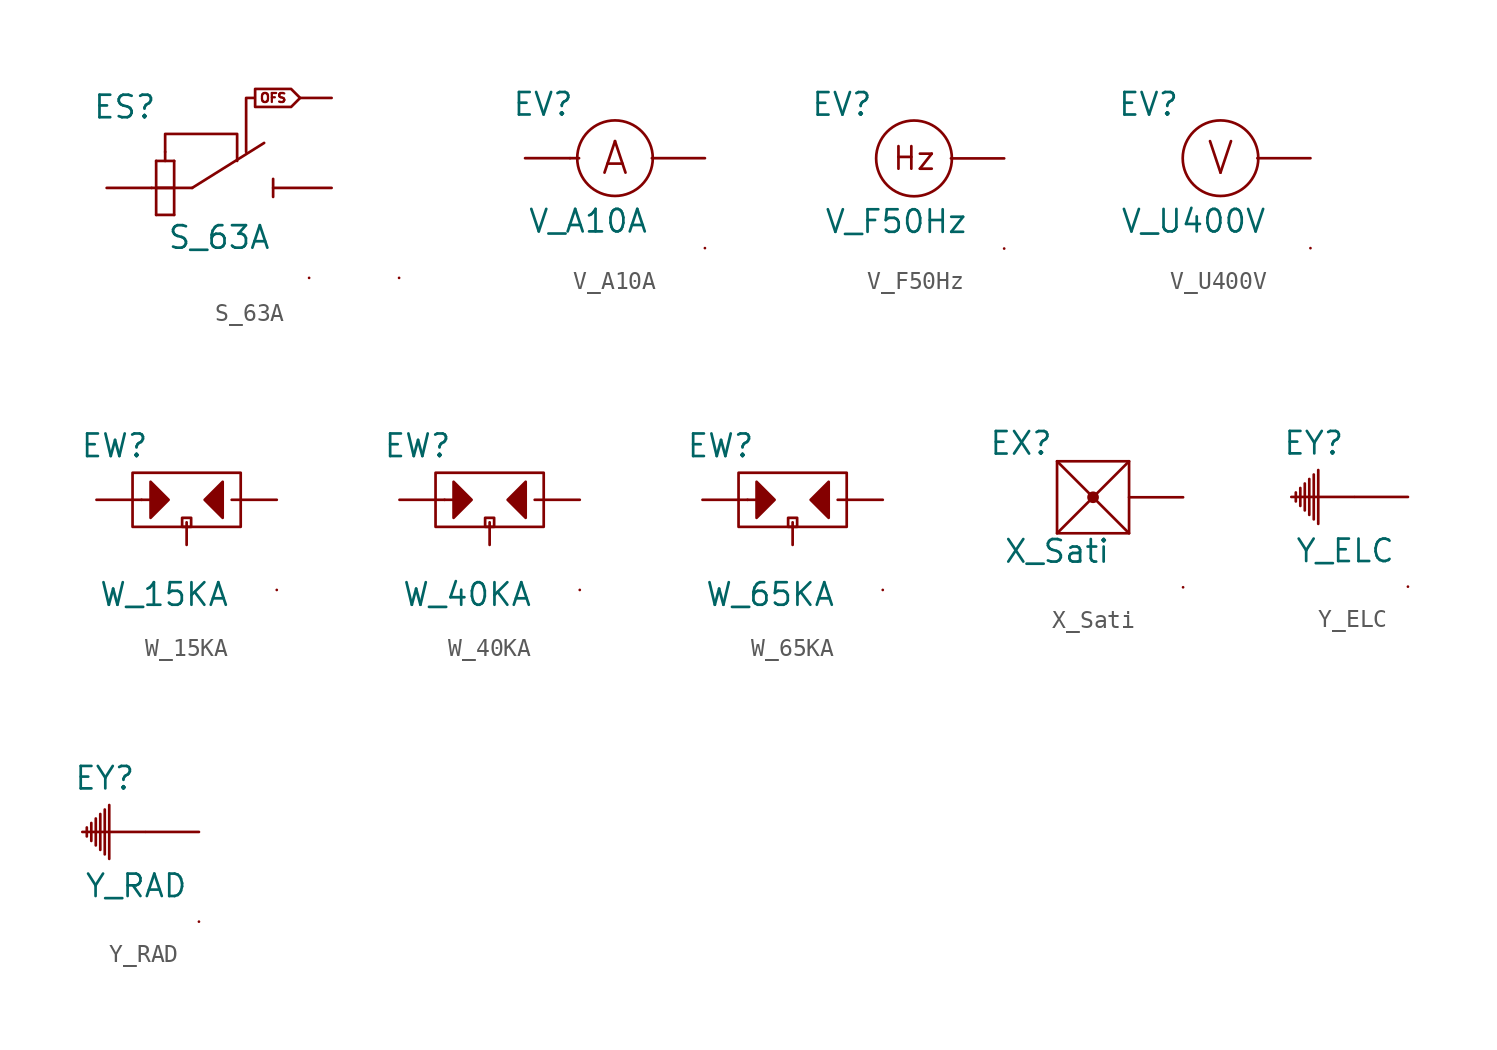
<source format=kicad_sym>
(kicad_symbol_lib
  (version 20201005)
  (generator kicad_symbol_editor)
  (symbol "elec-unifil:S_63A"
    (pin_numbers hide)
    (pin_names
      (offset 0.254))
    (property "Reference" "ES"
      (at -5.334 4.572 0)
      (effects (font (size 1.27 1.27))))
    (property "Value" "S_63A"
      (at 0 -2.794 0)
      (effects (font (size 1.27 1.27))))
    (symbol "S_63A_0_0"
      (text "OFS" (at 3.048 5.08 0) (effects (font (size 0.508 0.508))))
      (polyline (pts (xy 3.048 0.508) (xy 3.048 -0.508) (xy 3.048 -0.508)) (stroke (width 0)) (fill (type none)))
      (polyline (pts (xy -3.81 0) (xy -2.54 0) (xy -2.54 0)) (stroke (width 0)) (fill (type none)))
      (polyline (pts (xy 5.08 -5.08) (xy 5.08 -5.08)) (stroke (width 0)) (fill (type none)))
      (polyline (pts (xy 10.16 -5.08) (xy 10.16 -5.08)) (stroke (width 0)) (fill (type none))))
    (symbol "S_63A_0_1"
      (polyline (pts (xy -3.556 0) (xy -1.524 0) (xy -1.524 0)) (stroke (width 0)) (fill (type none)))
      (polyline (pts (xy -1.524 0) (xy 2.54 2.54) (xy 2.54 2.54)) (stroke (width 0)) (fill (type none)))
      (polyline (pts (xy 1.524 2.032) (xy 1.524 5.08) (xy 2.032 5.08) (xy 2.032 5.588) (xy 4.064 5.588) (xy 4.572 5.08) (xy 4.064 4.572) (xy 2.032 4.572) (xy 2.032 5.08) (xy 2.032 5.08)) (stroke (width 0)) (fill (type none)))
      (polyline (pts (xy -3.048 2.032) (xy -3.048 3.048) (xy 1.016 3.048) (xy 1.016 1.524) (xy 1.016 1.524) (xy 1.016 1.524)) (stroke (width 0)) (fill (type none)))
      (polyline (pts (xy -3.048 1.524) (xy -3.048 2.032) (xy -3.048 2.032)) (stroke (width 0)) (fill (type none)))
      (polyline (pts (xy -3.556 1.524) (xy -3.556 -1.524) (xy -3.556 -1.524)) (stroke (width 0)) (fill (type none)))
      (polyline (pts (xy -3.556 1.524) (xy -2.54 1.524) (xy -2.54 1.524)) (stroke (width 0)) (fill (type none)))
      (polyline (pts (xy -2.54 1.524) (xy -2.54 -1.524) (xy -2.54 -1.016) (xy -2.54 -1.016) (xy -2.54 -1.016)) (stroke (width 0)) (fill (type none)))
      (polyline (pts (xy -3.556 -1.524) (xy -2.54 -1.524) (xy -2.54 -1.524) (xy -2.54 -1.524) (xy -2.54 -1.524)) (stroke (width 0)) (fill (type none))))
    (symbol "S_63A_1_1"
      (pin power_in line (at 6.35 0 180) (length 3.302) (name "~" (effects (font (size 1.016 1.016)))) (number "1" (effects (font (size 0.254 0.254)))))
      (pin power_out line (at -6.35 0 0) (length 2.54) (name "~" (effects (font (size 1.016 1.016)))) (number "2" (effects (font (size 0.254 0.254)))))
      (pin output line (at 6.35 5.08 180) (length 1.778) (name "~" (effects (font (size 0.254 0.254)))) (number "3" (effects (font (size 0.254 0.254)))))))
  (symbol "elec-unifil:V_A10A"
    (pin_numbers hide)
    (pin_names
      (offset 0.254))
    (property "Reference" "EV"
      (at -4.064 3.048 0)
      (effects (font (size 1.27 1.27))))
    (property "Value" "V_A10A"
      (at -1.524 -3.556 0)
      (effects (font (size 1.27 1.27))))
    (symbol "V_A10A_0_1"
      (circle (center 0 0) (radius 2.134) (stroke (width 0)) (fill (type none)))
      (polyline (pts (xy -2.54 0) (xy -2.032 0) (xy -2.032 0)) (stroke (width 0)) (fill (type none))))
    (symbol "V_A10A_0_0"
      (text "A" (at 0 0 0) (effects (font (size 1.778 1.778))))
      (polyline (pts (xy 5.08 -5.08) (xy 5.08 -5.08)) (stroke (width 0)) (fill (type none))))
    (symbol "V_A10A_1_1"
      (pin passive line (at 5.08 0 180) (length 2.997) (name "~" (effects (font (size 1.016 1.016)))) (number "2" (effects (font (size 0.254 0.254)))))
      (pin passive line (at -5.08 0 0) (length 2.54) (name "~" (effects (font (size 1.016 1.016)))) (number "1" (effects (font (size 0.254 0.254)))))))
  (symbol "elec-unifil:V_F50Hz"
    (pin_numbers hide)
    (pin_names
      (offset 0.254))
    (property "Reference" "EV"
      (at -4.064 3.048 0)
      (effects (font (size 1.27 1.27))))
    (property "Value" "V_F50Hz"
      (at -1.016 -3.556 0)
      (effects (font (size 1.27 1.27))))
    (symbol "V_F50Hz_0_1"
      (circle (center 0 0) (radius 2.134) (stroke (width 0)) (fill (type none))))
    (symbol "V_F50Hz_0_0"
      (text "Hz" (at 0 0 0) (effects (font (size 1.27 1.27))))
      (polyline (pts (xy 5.08 -5.08) (xy 5.08 -5.08)) (stroke (width 0)) (fill (type none))))
    (symbol "V_F50Hz_1_1"
      (pin passive line (at 5.08 0 180) (length 2.997) (name "~" (effects (font (size 1.016 1.016)))) (number "1" (effects (font (size 0.254 0.254)))))))
  (symbol "elec-unifil:V_U400V"
    (pin_numbers hide)
    (pin_names
      (offset 0.254))
    (property "Reference" "EV"
      (at -4.064 3.048 0)
      (effects (font (size 1.27 1.27))))
    (property "Value" "V_U400V"
      (at -1.524 -3.556 0)
      (effects (font (size 1.27 1.27))))
    (symbol "V_U400V_0_1"
      (circle (center 0 0) (radius 2.134) (stroke (width 0)) (fill (type none))))
    (symbol "V_U400V_0_0"
      (text "V" (at 0 0 0) (effects (font (size 1.778 1.778))))
      (polyline (pts (xy 5.08 -5.08) (xy 5.08 -5.08)) (stroke (width 0)) (fill (type none))))
    (symbol "V_U400V_1_1"
      (pin passive line (at 5.08 0 180) (length 2.997) (name "~" (effects (font (size 1.016 1.016)))) (number "1" (effects (font (size 0.254 0.254)))))))
  (symbol "elec-unifil:W_15KA"
    (pin_numbers hide)
    (pin_names
      (offset 0.254))
    (property "Reference" "EW"
      (at -4.064 3.048 0)
      (effects (font (size 1.27 1.27))))
    (property "Value" "W_15KA"
      (at -1.27 -5.334 0)
      (effects (font (size 1.27 1.27))))
    (symbol "W_15KA_0_1"
      (rectangle (start -0.254 -1.016) (end 0.254 -1.524) (stroke (width 0)) (fill (type none)))
      (rectangle (start -3.048 1.524) (end 3.048 -1.524) (stroke (width 0)) (fill (type none)))
      (polyline (pts (xy -2.032 0) (xy -1.016 0) (xy -2.032 1.016) (xy -2.032 0) (xy -2.032 -1.016) (xy -1.016 0) (xy -1.016 0)) (stroke (width 0)) (fill (type outline)))
      (polyline (pts (xy 2.032 0) (xy 1.016 0) (xy 2.032 1.016) (xy 2.032 -1.016) (xy 2.032 0) (xy 2.032 -1.016) (xy 1.016 0) (xy 1.016 0)) (stroke (width 0)) (fill (type outline)))
      (polyline (pts (xy -2.54 0) (xy -2.032 0) (xy -2.032 0)) (stroke (width 0)) (fill (type none))))
    (symbol "W_15KA_0_0"
      (polyline (pts (xy 5.08 -5.08) (xy 5.08 -5.08)) (stroke (width 0)) (fill (type none))))
    (symbol "W_15KA_1_1"
      (pin passive line (at 5.08 0 180) (length 2.54) (name "~" (effects (font (size 1.016 1.016)))) (number "1" (effects (font (size 0.254 0.254)))))
      (pin passive line (at -5.08 0 0) (length 2.54) (name "~" (effects (font (size 1.016 1.016)))) (number "2" (effects (font (size 0.254 0.254)))))
      (pin output line (at 0 -2.54 90) (length 1.27) (name "~" (effects (font (size 1.27 1.27)))) (number "3" (effects (font (size 0.254 0.254)))))))
  (symbol "elec-unifil:W_40KA"
    (pin_numbers hide)
    (pin_names
      (offset 0.254))
    (property "Reference" "EW"
      (at -4.064 3.048 0)
      (effects (font (size 1.27 1.27))))
    (property "Value" "W_40KA"
      (at -1.27 -5.334 0)
      (effects (font (size 1.27 1.27))))
    (symbol "W_40KA_0_1"
      (rectangle (start -0.254 -1.016) (end 0.254 -1.524) (stroke (width 0)) (fill (type none)))
      (rectangle (start -3.048 1.524) (end 3.048 -1.524) (stroke (width 0)) (fill (type none)))
      (polyline (pts (xy -2.032 0) (xy -1.016 0) (xy -2.032 1.016) (xy -2.032 0) (xy -2.032 -1.016) (xy -1.016 0) (xy -1.016 0)) (stroke (width 0)) (fill (type outline)))
      (polyline (pts (xy 2.032 0) (xy 1.016 0) (xy 2.032 1.016) (xy 2.032 -1.016) (xy 2.032 0) (xy 2.032 -1.016) (xy 1.016 0) (xy 1.016 0)) (stroke (width 0)) (fill (type outline)))
      (polyline (pts (xy -2.54 0) (xy -2.032 0) (xy -2.032 0)) (stroke (width 0)) (fill (type none))))
    (symbol "W_40KA_0_0"
      (polyline (pts (xy 5.08 -5.08) (xy 5.08 -5.08)) (stroke (width 0)) (fill (type none))))
    (symbol "W_40KA_1_1"
      (pin passive line (at 5.08 0 180) (length 2.54) (name "~" (effects (font (size 1.016 1.016)))) (number "1" (effects (font (size 0.254 0.254)))))
      (pin passive line (at -5.08 0 0) (length 2.54) (name "~" (effects (font (size 1.016 1.016)))) (number "2" (effects (font (size 0.254 0.254)))))
      (pin output line (at 0 -2.54 90) (length 1.27) (name "~" (effects (font (size 1.27 1.27)))) (number "3" (effects (font (size 0.254 0.254)))))))
  (symbol "elec-unifil:W_65KA"
    (pin_numbers hide)
    (pin_names
      (offset 0.254))
    (property "Reference" "EW"
      (at -4.064 3.048 0)
      (effects (font (size 1.27 1.27))))
    (property "Value" "W_65KA"
      (at -1.27 -5.334 0)
      (effects (font (size 1.27 1.27))))
    (symbol "W_65KA_0_1"
      (rectangle (start -0.254 -1.016) (end 0.254 -1.524) (stroke (width 0)) (fill (type none)))
      (rectangle (start -3.048 1.524) (end 3.048 -1.524) (stroke (width 0)) (fill (type none)))
      (polyline (pts (xy -2.032 0) (xy -1.016 0) (xy -2.032 1.016) (xy -2.032 0) (xy -2.032 -1.016) (xy -1.016 0) (xy -1.016 0)) (stroke (width 0)) (fill (type outline)))
      (polyline (pts (xy 2.032 0) (xy 1.016 0) (xy 2.032 1.016) (xy 2.032 -1.016) (xy 2.032 0) (xy 2.032 -1.016) (xy 1.016 0) (xy 1.016 0)) (stroke (width 0)) (fill (type outline)))
      (polyline (pts (xy -2.54 0) (xy -2.032 0) (xy -2.032 0)) (stroke (width 0)) (fill (type none))))
    (symbol "W_65KA_0_0"
      (polyline (pts (xy 5.08 -5.08) (xy 5.08 -5.08)) (stroke (width 0)) (fill (type none))))
    (symbol "W_65KA_1_1"
      (pin passive line (at 5.08 0 180) (length 2.54) (name "~" (effects (font (size 1.016 1.016)))) (number "1" (effects (font (size 0.254 0.254)))))
      (pin passive line (at -5.08 0 0) (length 2.54) (name "~" (effects (font (size 1.016 1.016)))) (number "2" (effects (font (size 0.254 0.254)))))
      (pin output line (at 0 -2.54 90) (length 1.27) (name "~" (effects (font (size 1.27 1.27)))) (number "3" (effects (font (size 0.254 0.254)))))))
  (symbol "elec-unifil:X_Sati"
    (pin_numbers hide)
    (pin_names
      (offset 0.254))
    (property "Reference" "EX"
      (at -4.064 3.048 0)
      (effects (font (size 1.27 1.27))))
    (property "Value" "X_Sati"
      (at -2.032 -3.048 0)
      (effects (font (size 1.27 1.27))))
    (symbol "X_Sati_0_1"
      (circle (center 0 0) (radius 0.254) (stroke (width 0)) (fill (type outline)))
      (rectangle (start -2.032 2.032) (end 2.032 -2.032) (stroke (width 0)) (fill (type none)))
      (polyline (pts (xy -2.032 -2.032) (xy 2.032 2.032) (xy 2.032 2.032)) (stroke (width 0)) (fill (type none)))
      (polyline (pts (xy -2.032 2.032) (xy 2.032 -2.032) (xy 2.032 -2.032)) (stroke (width 0)) (fill (type none))))
    (symbol "X_Sati_0_0"
      (polyline (pts (xy 5.08 -5.08) (xy 5.08 -5.08)) (stroke (width 0)) (fill (type none))))
    (symbol "X_Sati_1_1"
      (pin passive line (at 5.08 0 180) (length 3.048) (name "~" (effects (font (size 1.016 1.016)))) (number "1" (effects (font (size 0.254 0.254)))))))
  (symbol "elec-unifil:Y_ELC"
    (pin_numbers hide)
    (pin_names
      (offset 0.254))
    (property "Reference" "EY"
      (at -0.254 3.048 0)
      (effects (font (size 1.27 1.27))))
    (property "Value" "Y_ELC"
      (at 1.524 -3.048 0)
      (effects (font (size 1.27 1.27))))
    (symbol "Y_ELC_0_0"
      (polyline (pts (xy -1.524 0) (xy 1.778 0) (xy 2.032 0) (xy 1.778 0)) (stroke (width 0)) (fill (type none)))
      (polyline (pts (xy -1.27 0.254) (xy -1.27 -0.254) (xy -1.27 -0.254)) (stroke (width 0)) (fill (type none)))
      (polyline (pts (xy -1.016 0.508) (xy -1.016 -0.508) (xy -1.016 -0.508)) (stroke (width 0)) (fill (type none)))
      (polyline (pts (xy -0.254 1.27) (xy -0.254 -1.27) (xy -0.254 -1.27)) (stroke (width 0)) (fill (type none)))
      (polyline (pts (xy -0.762 0.762) (xy -0.762 -0.762) (xy -0.762 -0.762)) (stroke (width 0)) (fill (type none)))
      (polyline (pts (xy -0.508 1.016) (xy -0.508 -1.016) (xy -0.508 -1.016) (xy -0.508 -1.016)) (stroke (width 0)) (fill (type none)))
      (polyline (pts (xy 0 1.524) (xy 0 1.524) (xy 0 -1.524) (xy 0 -1.524)) (stroke (width 0)) (fill (type none)))
      (polyline (pts (xy 5.08 -5.08) (xy 5.08 -5.08)) (stroke (width 0)) (fill (type none))))
    (symbol "Y_ELC_1_1"
      (pin passive line (at 5.08 0 180) (length 2.997) (name "~" (effects (font (size 1.016 1.016)))) (number "1" (effects (font (size 0.254 0.254)))))))
  (symbol "elec-unifil:Y_RAD"
    (pin_numbers hide)
    (pin_names
      (offset 0.254))
    (property "Reference" "EY"
      (at -0.254 3.048 0)
      (effects (font (size 1.27 1.27))))
    (property "Value" "Y_RAD"
      (at 1.524 -3.048 0)
      (effects (font (size 1.27 1.27))))
    (symbol "Y_RAD_0_0"
      (polyline (pts (xy -1.524 0) (xy 1.778 0) (xy 2.032 0) (xy 1.778 0)) (stroke (width 0)) (fill (type none)))
      (polyline (pts (xy -1.27 0.254) (xy -1.27 -0.254) (xy -1.27 -0.254)) (stroke (width 0)) (fill (type none)))
      (polyline (pts (xy -1.016 0.508) (xy -1.016 -0.508) (xy -1.016 -0.508)) (stroke (width 0)) (fill (type none)))
      (polyline (pts (xy -0.254 1.27) (xy -0.254 -1.27) (xy -0.254 -1.27)) (stroke (width 0)) (fill (type none)))
      (polyline (pts (xy -0.762 0.762) (xy -0.762 -0.762) (xy -0.762 -0.762)) (stroke (width 0)) (fill (type none)))
      (polyline (pts (xy -0.508 1.016) (xy -0.508 -1.016) (xy -0.508 -1.016) (xy -0.508 -1.016)) (stroke (width 0)) (fill (type none)))
      (polyline (pts (xy 0 1.524) (xy 0 1.524) (xy 0 -1.524) (xy 0 -1.524)) (stroke (width 0)) (fill (type none)))
      (polyline (pts (xy 5.08 -5.08) (xy 5.08 -5.08)) (stroke (width 0)) (fill (type none))))
    (symbol "Y_RAD_1_1"
      (pin passive line (at 5.08 0 180) (length 2.997) (name "~" (effects (font (size 1.016 1.016)))) (number "1" (effects (font (size 0.254 0.254))))))))
</source>
